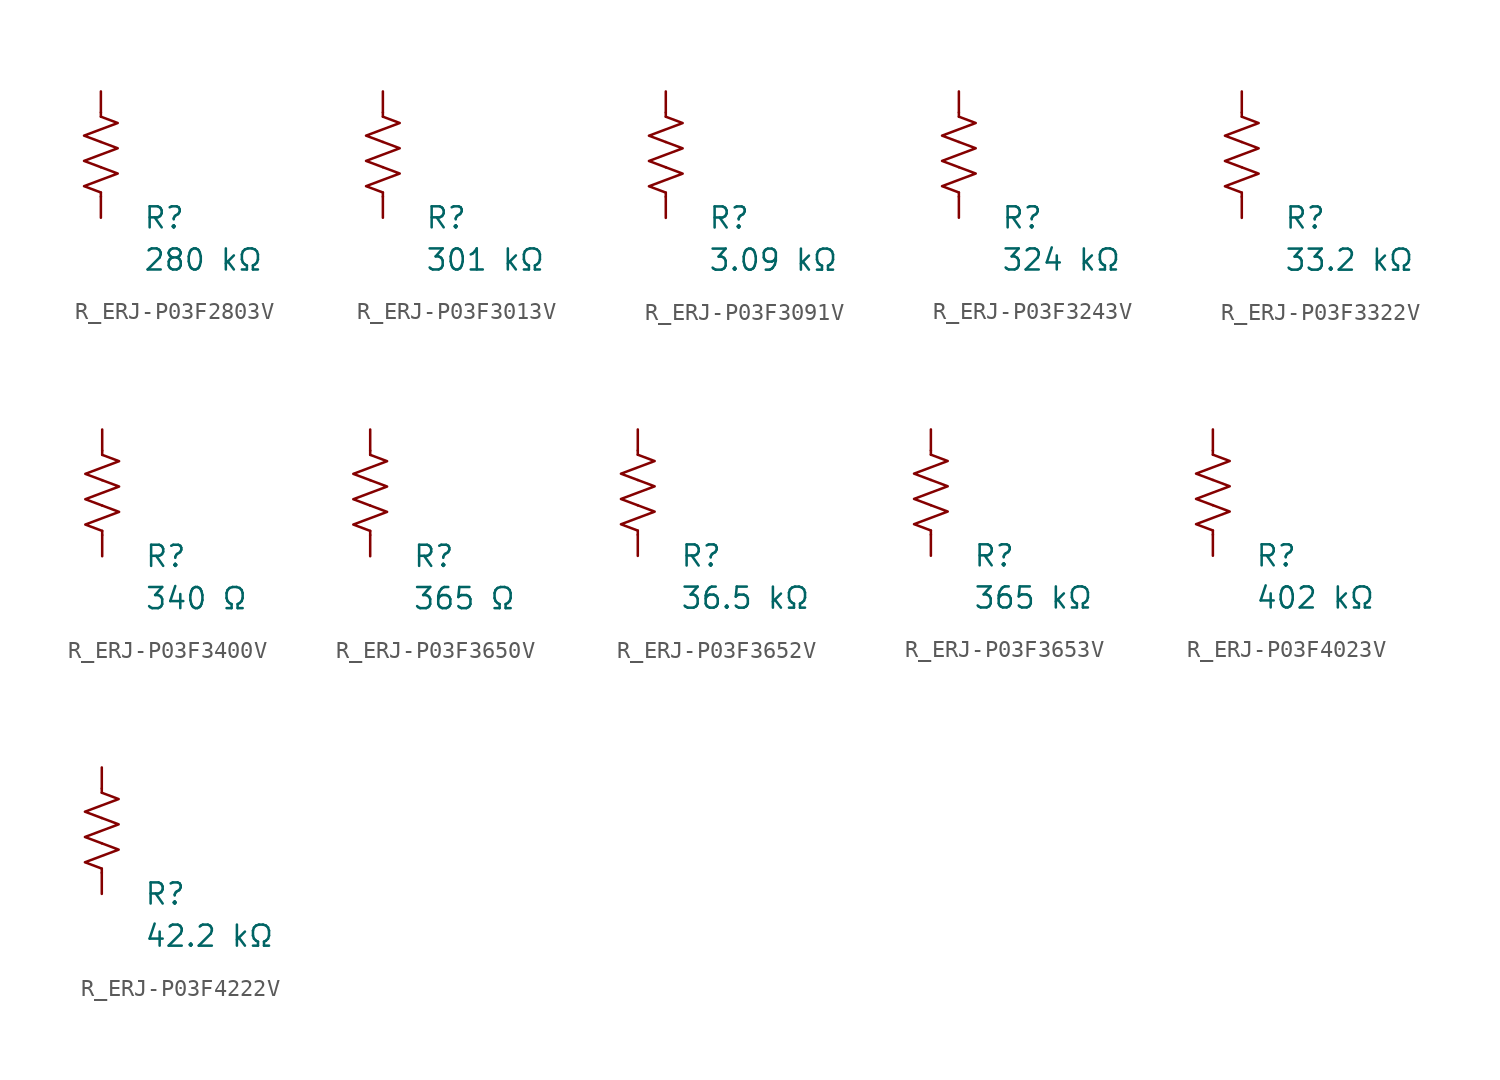
<source format=kicad_sym>
(kicad_symbol_lib
  (version 20231120)
  (generator "kicad_symbol_editor")
  (generator_version "8.0")
  (symbol "R_ERJ-P03F2803V"
    (pin_numbers hide)
    (pin_names
      (offset 0))
    (property "Reference" "R"
      (at 2.54 -3.81 0)
      (effects (font (size 1.27 1.27)) (justify left))
      (show_name no))
    (property "Value" "280 kΩ"
      (at 2.54 -6.35 0)
      (effects (font (size 1.27 1.27)) (justify left))
      (show_name no))
    (symbol "R_ERJ-P03F2803V_0_1"
      (polyline (pts (xy 0 -2.286) (xy 0 -2.54)) (stroke (width 0) (type default)) (fill (type none)))
      (polyline (pts (xy 0 2.286) (xy 0 2.54)) (stroke (width 0) (type default)) (fill (type none)))
      (polyline (pts (xy 0 -0.762) (xy 1.016 -1.143) (xy 0 -1.524) (xy -1.016 -1.905) (xy 0 -2.286)) (stroke (width 0) (type default)) (fill (type none)))
      (polyline (pts (xy 0 0.762) (xy 1.016 0.381) (xy 0 0) (xy -1.016 -0.381) (xy 0 -0.762)) (stroke (width 0) (type default)) (fill (type none)))
      (polyline (pts (xy 0 2.286) (xy 1.016 1.905) (xy 0 1.524) (xy -1.016 1.143) (xy 0 0.762)) (stroke (width 0) (type default)) (fill (type none))))
    (symbol "R_ERJ-P03F2803V_1_1"
      (pin passive line (at 0 3.81 270) (length 1.27) (name "~" (effects (font (size 1.27 1.27)))) (number "1" (effects (font (size 1.27 1.27)))))
      (pin passive line (at 0 -3.81 90) (length 1.27) (name "~" (effects (font (size 1.27 1.27)))) (number "2" (effects (font (size 1.27 1.27)))))))
  (symbol "R_ERJ-P03F3013V"
    (pin_numbers hide)
    (pin_names
      (offset 0))
    (property "Reference" "R"
      (at 2.54 -3.81 0)
      (effects (font (size 1.27 1.27)) (justify left))
      (show_name no))
    (property "Value" "301 kΩ"
      (at 2.54 -6.35 0)
      (effects (font (size 1.27 1.27)) (justify left))
      (show_name no))
    (symbol "R_ERJ-P03F3013V_0_1"
      (polyline (pts (xy 0 -2.286) (xy 0 -2.54)) (stroke (width 0) (type default)) (fill (type none)))
      (polyline (pts (xy 0 2.286) (xy 0 2.54)) (stroke (width 0) (type default)) (fill (type none)))
      (polyline (pts (xy 0 -0.762) (xy 1.016 -1.143) (xy 0 -1.524) (xy -1.016 -1.905) (xy 0 -2.286)) (stroke (width 0) (type default)) (fill (type none)))
      (polyline (pts (xy 0 0.762) (xy 1.016 0.381) (xy 0 0) (xy -1.016 -0.381) (xy 0 -0.762)) (stroke (width 0) (type default)) (fill (type none)))
      (polyline (pts (xy 0 2.286) (xy 1.016 1.905) (xy 0 1.524) (xy -1.016 1.143) (xy 0 0.762)) (stroke (width 0) (type default)) (fill (type none))))
    (symbol "R_ERJ-P03F3013V_1_1"
      (pin passive line (at 0 3.81 270) (length 1.27) (name "~" (effects (font (size 1.27 1.27)))) (number "1" (effects (font (size 1.27 1.27)))))
      (pin passive line (at 0 -3.81 90) (length 1.27) (name "~" (effects (font (size 1.27 1.27)))) (number "2" (effects (font (size 1.27 1.27)))))))
  (symbol "R_ERJ-P03F3091V"
    (pin_numbers hide)
    (pin_names
      (offset 0))
    (property "Reference" "R"
      (at 2.54 -3.81 0)
      (effects (font (size 1.27 1.27)) (justify left))
      (show_name no))
    (property "Value" "3.09 kΩ"
      (at 2.54 -6.35 0)
      (effects (font (size 1.27 1.27)) (justify left))
      (show_name no))
    (symbol "R_ERJ-P03F3091V_0_1"
      (polyline (pts (xy 0 -2.286) (xy 0 -2.54)) (stroke (width 0) (type default)) (fill (type none)))
      (polyline (pts (xy 0 2.286) (xy 0 2.54)) (stroke (width 0) (type default)) (fill (type none)))
      (polyline (pts (xy 0 -0.762) (xy 1.016 -1.143) (xy 0 -1.524) (xy -1.016 -1.905) (xy 0 -2.286)) (stroke (width 0) (type default)) (fill (type none)))
      (polyline (pts (xy 0 0.762) (xy 1.016 0.381) (xy 0 0) (xy -1.016 -0.381) (xy 0 -0.762)) (stroke (width 0) (type default)) (fill (type none)))
      (polyline (pts (xy 0 2.286) (xy 1.016 1.905) (xy 0 1.524) (xy -1.016 1.143) (xy 0 0.762)) (stroke (width 0) (type default)) (fill (type none))))
    (symbol "R_ERJ-P03F3091V_1_1"
      (pin passive line (at 0 3.81 270) (length 1.27) (name "~" (effects (font (size 1.27 1.27)))) (number "1" (effects (font (size 1.27 1.27)))))
      (pin passive line (at 0 -3.81 90) (length 1.27) (name "~" (effects (font (size 1.27 1.27)))) (number "2" (effects (font (size 1.27 1.27)))))))
  (symbol "R_ERJ-P03F3243V"
    (pin_numbers hide)
    (pin_names
      (offset 0))
    (property "Reference" "R"
      (at 2.54 -3.81 0)
      (effects (font (size 1.27 1.27)) (justify left))
      (show_name no))
    (property "Value" "324 kΩ"
      (at 2.54 -6.35 0)
      (effects (font (size 1.27 1.27)) (justify left))
      (show_name no))
    (symbol "R_ERJ-P03F3243V_0_1"
      (polyline (pts (xy 0 -2.286) (xy 0 -2.54)) (stroke (width 0) (type default)) (fill (type none)))
      (polyline (pts (xy 0 2.286) (xy 0 2.54)) (stroke (width 0) (type default)) (fill (type none)))
      (polyline (pts (xy 0 -0.762) (xy 1.016 -1.143) (xy 0 -1.524) (xy -1.016 -1.905) (xy 0 -2.286)) (stroke (width 0) (type default)) (fill (type none)))
      (polyline (pts (xy 0 0.762) (xy 1.016 0.381) (xy 0 0) (xy -1.016 -0.381) (xy 0 -0.762)) (stroke (width 0) (type default)) (fill (type none)))
      (polyline (pts (xy 0 2.286) (xy 1.016 1.905) (xy 0 1.524) (xy -1.016 1.143) (xy 0 0.762)) (stroke (width 0) (type default)) (fill (type none))))
    (symbol "R_ERJ-P03F3243V_1_1"
      (pin passive line (at 0 3.81 270) (length 1.27) (name "~" (effects (font (size 1.27 1.27)))) (number "1" (effects (font (size 1.27 1.27)))))
      (pin passive line (at 0 -3.81 90) (length 1.27) (name "~" (effects (font (size 1.27 1.27)))) (number "2" (effects (font (size 1.27 1.27)))))))
  (symbol "R_ERJ-P03F3322V"
    (pin_numbers hide)
    (pin_names
      (offset 0))
    (property "Reference" "R"
      (at 2.54 -3.81 0)
      (effects (font (size 1.27 1.27)) (justify left))
      (show_name no))
    (property "Value" "33.2 kΩ"
      (at 2.54 -6.35 0)
      (effects (font (size 1.27 1.27)) (justify left))
      (show_name no))
    (symbol "R_ERJ-P03F3322V_0_1"
      (polyline (pts (xy 0 -2.286) (xy 0 -2.54)) (stroke (width 0) (type default)) (fill (type none)))
      (polyline (pts (xy 0 2.286) (xy 0 2.54)) (stroke (width 0) (type default)) (fill (type none)))
      (polyline (pts (xy 0 -0.762) (xy 1.016 -1.143) (xy 0 -1.524) (xy -1.016 -1.905) (xy 0 -2.286)) (stroke (width 0) (type default)) (fill (type none)))
      (polyline (pts (xy 0 0.762) (xy 1.016 0.381) (xy 0 0) (xy -1.016 -0.381) (xy 0 -0.762)) (stroke (width 0) (type default)) (fill (type none)))
      (polyline (pts (xy 0 2.286) (xy 1.016 1.905) (xy 0 1.524) (xy -1.016 1.143) (xy 0 0.762)) (stroke (width 0) (type default)) (fill (type none))))
    (symbol "R_ERJ-P03F3322V_1_1"
      (pin passive line (at 0 3.81 270) (length 1.27) (name "~" (effects (font (size 1.27 1.27)))) (number "1" (effects (font (size 1.27 1.27)))))
      (pin passive line (at 0 -3.81 90) (length 1.27) (name "~" (effects (font (size 1.27 1.27)))) (number "2" (effects (font (size 1.27 1.27)))))))
  (symbol "R_ERJ-P03F3400V"
    (pin_numbers hide)
    (pin_names
      (offset 0))
    (property "Reference" "R"
      (at 2.54 -3.81 0)
      (effects (font (size 1.27 1.27)) (justify left))
      (show_name no))
    (property "Value" "340 Ω"
      (at 2.54 -6.35 0)
      (effects (font (size 1.27 1.27)) (justify left))
      (show_name no))
    (symbol "R_ERJ-P03F3400V_0_1"
      (polyline (pts (xy 0 -2.286) (xy 0 -2.54)) (stroke (width 0) (type default)) (fill (type none)))
      (polyline (pts (xy 0 2.286) (xy 0 2.54)) (stroke (width 0) (type default)) (fill (type none)))
      (polyline (pts (xy 0 -0.762) (xy 1.016 -1.143) (xy 0 -1.524) (xy -1.016 -1.905) (xy 0 -2.286)) (stroke (width 0) (type default)) (fill (type none)))
      (polyline (pts (xy 0 0.762) (xy 1.016 0.381) (xy 0 0) (xy -1.016 -0.381) (xy 0 -0.762)) (stroke (width 0) (type default)) (fill (type none)))
      (polyline (pts (xy 0 2.286) (xy 1.016 1.905) (xy 0 1.524) (xy -1.016 1.143) (xy 0 0.762)) (stroke (width 0) (type default)) (fill (type none))))
    (symbol "R_ERJ-P03F3400V_1_1"
      (pin passive line (at 0 3.81 270) (length 1.27) (name "~" (effects (font (size 1.27 1.27)))) (number "1" (effects (font (size 1.27 1.27)))))
      (pin passive line (at 0 -3.81 90) (length 1.27) (name "~" (effects (font (size 1.27 1.27)))) (number "2" (effects (font (size 1.27 1.27)))))))
  (symbol "R_ERJ-P03F3650V"
    (pin_numbers hide)
    (pin_names
      (offset 0))
    (property "Reference" "R"
      (at 2.54 -3.81 0)
      (effects (font (size 1.27 1.27)) (justify left))
      (show_name no))
    (property "Value" "365 Ω"
      (at 2.54 -6.35 0)
      (effects (font (size 1.27 1.27)) (justify left))
      (show_name no))
    (symbol "R_ERJ-P03F3650V_0_1"
      (polyline (pts (xy 0 -2.286) (xy 0 -2.54)) (stroke (width 0) (type default)) (fill (type none)))
      (polyline (pts (xy 0 2.286) (xy 0 2.54)) (stroke (width 0) (type default)) (fill (type none)))
      (polyline (pts (xy 0 -0.762) (xy 1.016 -1.143) (xy 0 -1.524) (xy -1.016 -1.905) (xy 0 -2.286)) (stroke (width 0) (type default)) (fill (type none)))
      (polyline (pts (xy 0 0.762) (xy 1.016 0.381) (xy 0 0) (xy -1.016 -0.381) (xy 0 -0.762)) (stroke (width 0) (type default)) (fill (type none)))
      (polyline (pts (xy 0 2.286) (xy 1.016 1.905) (xy 0 1.524) (xy -1.016 1.143) (xy 0 0.762)) (stroke (width 0) (type default)) (fill (type none))))
    (symbol "R_ERJ-P03F3650V_1_1"
      (pin passive line (at 0 3.81 270) (length 1.27) (name "~" (effects (font (size 1.27 1.27)))) (number "1" (effects (font (size 1.27 1.27)))))
      (pin passive line (at 0 -3.81 90) (length 1.27) (name "~" (effects (font (size 1.27 1.27)))) (number "2" (effects (font (size 1.27 1.27)))))))
  (symbol "R_ERJ-P03F3652V"
    (pin_numbers hide)
    (pin_names
      (offset 0))
    (property "Reference" "R"
      (at 2.54 -3.81 0)
      (effects (font (size 1.27 1.27)) (justify left))
      (show_name no))
    (property "Value" "36.5 kΩ"
      (at 2.54 -6.35 0)
      (effects (font (size 1.27 1.27)) (justify left))
      (show_name no))
    (symbol "R_ERJ-P03F3652V_0_1"
      (polyline (pts (xy 0 -2.286) (xy 0 -2.54)) (stroke (width 0) (type default)) (fill (type none)))
      (polyline (pts (xy 0 2.286) (xy 0 2.54)) (stroke (width 0) (type default)) (fill (type none)))
      (polyline (pts (xy 0 -0.762) (xy 1.016 -1.143) (xy 0 -1.524) (xy -1.016 -1.905) (xy 0 -2.286)) (stroke (width 0) (type default)) (fill (type none)))
      (polyline (pts (xy 0 0.762) (xy 1.016 0.381) (xy 0 0) (xy -1.016 -0.381) (xy 0 -0.762)) (stroke (width 0) (type default)) (fill (type none)))
      (polyline (pts (xy 0 2.286) (xy 1.016 1.905) (xy 0 1.524) (xy -1.016 1.143) (xy 0 0.762)) (stroke (width 0) (type default)) (fill (type none))))
    (symbol "R_ERJ-P03F3652V_1_1"
      (pin passive line (at 0 3.81 270) (length 1.27) (name "~" (effects (font (size 1.27 1.27)))) (number "1" (effects (font (size 1.27 1.27)))))
      (pin passive line (at 0 -3.81 90) (length 1.27) (name "~" (effects (font (size 1.27 1.27)))) (number "2" (effects (font (size 1.27 1.27)))))))
  (symbol "R_ERJ-P03F3653V"
    (pin_numbers hide)
    (pin_names
      (offset 0))
    (property "Reference" "R"
      (at 2.54 -3.81 0)
      (effects (font (size 1.27 1.27)) (justify left))
      (show_name no))
    (property "Value" "365 kΩ"
      (at 2.54 -6.35 0)
      (effects (font (size 1.27 1.27)) (justify left))
      (show_name no))
    (symbol "R_ERJ-P03F3653V_0_1"
      (polyline (pts (xy 0 -2.286) (xy 0 -2.54)) (stroke (width 0) (type default)) (fill (type none)))
      (polyline (pts (xy 0 2.286) (xy 0 2.54)) (stroke (width 0) (type default)) (fill (type none)))
      (polyline (pts (xy 0 -0.762) (xy 1.016 -1.143) (xy 0 -1.524) (xy -1.016 -1.905) (xy 0 -2.286)) (stroke (width 0) (type default)) (fill (type none)))
      (polyline (pts (xy 0 0.762) (xy 1.016 0.381) (xy 0 0) (xy -1.016 -0.381) (xy 0 -0.762)) (stroke (width 0) (type default)) (fill (type none)))
      (polyline (pts (xy 0 2.286) (xy 1.016 1.905) (xy 0 1.524) (xy -1.016 1.143) (xy 0 0.762)) (stroke (width 0) (type default)) (fill (type none))))
    (symbol "R_ERJ-P03F3653V_1_1"
      (pin passive line (at 0 3.81 270) (length 1.27) (name "~" (effects (font (size 1.27 1.27)))) (number "1" (effects (font (size 1.27 1.27)))))
      (pin passive line (at 0 -3.81 90) (length 1.27) (name "~" (effects (font (size 1.27 1.27)))) (number "2" (effects (font (size 1.27 1.27)))))))
  (symbol "R_ERJ-P03F4023V"
    (pin_numbers hide)
    (pin_names
      (offset 0))
    (property "Reference" "R"
      (at 2.54 -3.81 0)
      (effects (font (size 1.27 1.27)) (justify left))
      (show_name no))
    (property "Value" "402 kΩ"
      (at 2.54 -6.35 0)
      (effects (font (size 1.27 1.27)) (justify left))
      (show_name no))
    (symbol "R_ERJ-P03F4023V_0_1"
      (polyline (pts (xy 0 -2.286) (xy 0 -2.54)) (stroke (width 0) (type default)) (fill (type none)))
      (polyline (pts (xy 0 2.286) (xy 0 2.54)) (stroke (width 0) (type default)) (fill (type none)))
      (polyline (pts (xy 0 -0.762) (xy 1.016 -1.143) (xy 0 -1.524) (xy -1.016 -1.905) (xy 0 -2.286)) (stroke (width 0) (type default)) (fill (type none)))
      (polyline (pts (xy 0 0.762) (xy 1.016 0.381) (xy 0 0) (xy -1.016 -0.381) (xy 0 -0.762)) (stroke (width 0) (type default)) (fill (type none)))
      (polyline (pts (xy 0 2.286) (xy 1.016 1.905) (xy 0 1.524) (xy -1.016 1.143) (xy 0 0.762)) (stroke (width 0) (type default)) (fill (type none))))
    (symbol "R_ERJ-P03F4023V_1_1"
      (pin passive line (at 0 3.81 270) (length 1.27) (name "~" (effects (font (size 1.27 1.27)))) (number "1" (effects (font (size 1.27 1.27)))))
      (pin passive line (at 0 -3.81 90) (length 1.27) (name "~" (effects (font (size 1.27 1.27)))) (number "2" (effects (font (size 1.27 1.27)))))))
  (symbol "R_ERJ-P03F4222V"
    (pin_numbers hide)
    (pin_names
      (offset 0))
    (property "Reference" "R"
      (at 2.54 -3.81 0)
      (effects (font (size 1.27 1.27)) (justify left))
      (show_name no))
    (property "Value" "42.2 kΩ"
      (at 2.54 -6.35 0)
      (effects (font (size 1.27 1.27)) (justify left))
      (show_name no))
    (symbol "R_ERJ-P03F4222V_0_1"
      (polyline (pts (xy 0 -2.286) (xy 0 -2.54)) (stroke (width 0) (type default)) (fill (type none)))
      (polyline (pts (xy 0 2.286) (xy 0 2.54)) (stroke (width 0) (type default)) (fill (type none)))
      (polyline (pts (xy 0 -0.762) (xy 1.016 -1.143) (xy 0 -1.524) (xy -1.016 -1.905) (xy 0 -2.286)) (stroke (width 0) (type default)) (fill (type none)))
      (polyline (pts (xy 0 0.762) (xy 1.016 0.381) (xy 0 0) (xy -1.016 -0.381) (xy 0 -0.762)) (stroke (width 0) (type default)) (fill (type none)))
      (polyline (pts (xy 0 2.286) (xy 1.016 1.905) (xy 0 1.524) (xy -1.016 1.143) (xy 0 0.762)) (stroke (width 0) (type default)) (fill (type none))))
    (symbol "R_ERJ-P03F4222V_1_1"
      (pin passive line (at 0 3.81 270) (length 1.27) (name "~" (effects (font (size 1.27 1.27)))) (number "1" (effects (font (size 1.27 1.27)))))
      (pin passive line (at 0 -3.81 90) (length 1.27) (name "~" (effects (font (size 1.27 1.27)))) (number "2" (effects (font (size 1.27 1.27))))))))
</source>
